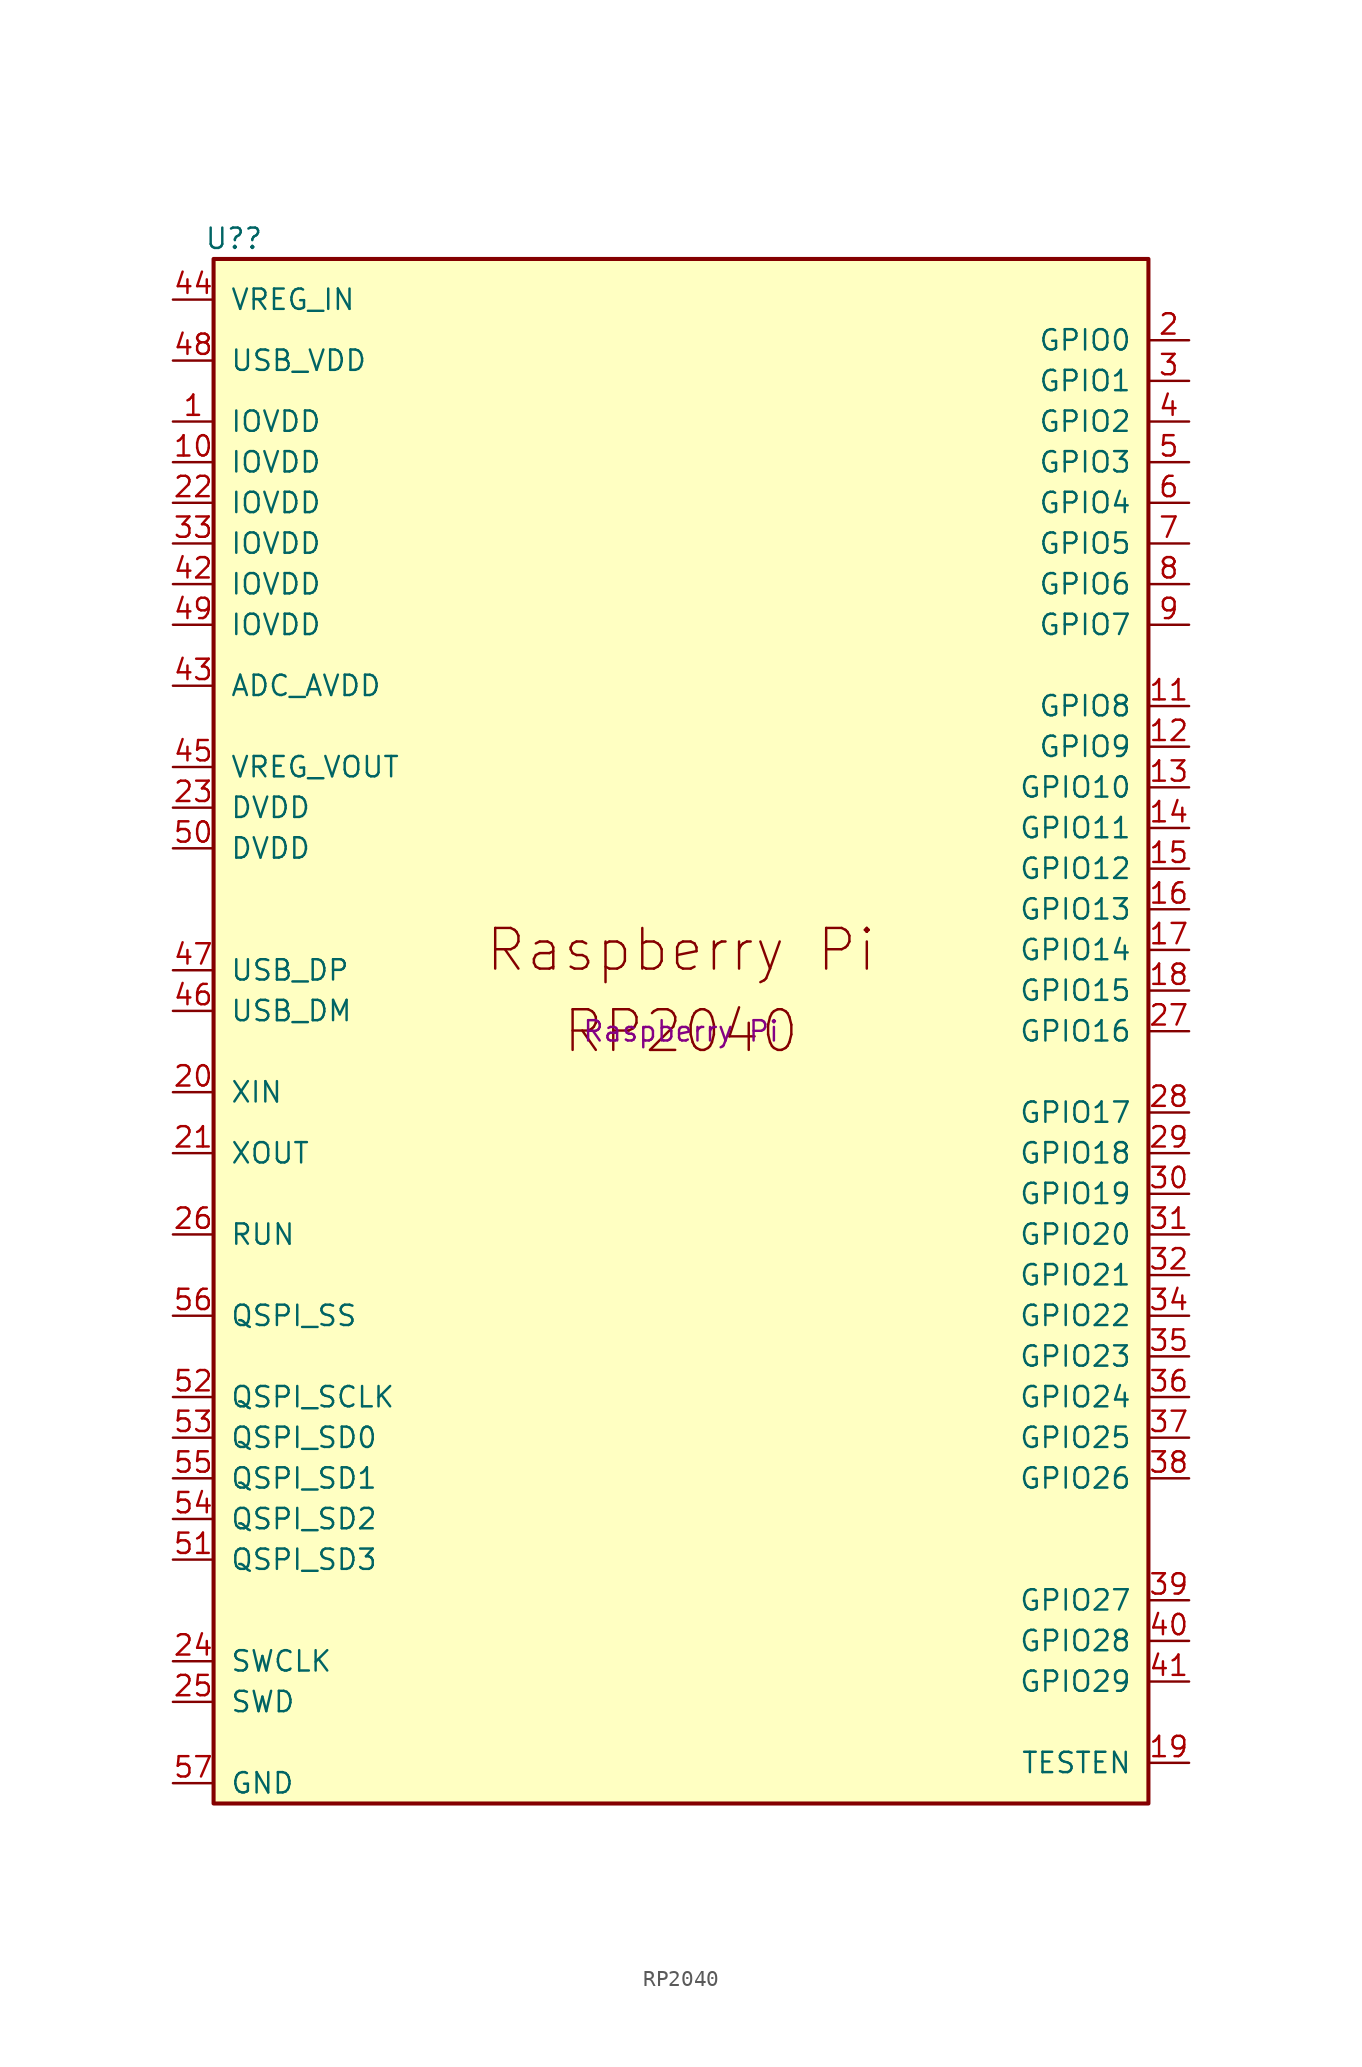
<source format=kicad_sym>
(kicad_symbol_lib
  (version 20220914)
  (generator kicad_symbol_editor)
  (symbol "RP2040"
    (pin_names
      (offset 1.016))
    (property "Reference" "U?"
      (at -27.94 49.53 0)
      (effects (font (size 1.27 1.27))))
    (property "Manufacturer" "Raspberry Pi"
      (at 0 0 0)
      (effects (font (size 1.27 1.27))))
    (symbol "RP2040_0_0"
      (text "Raspberry Pi" (at 0 5.08 0) (effects (font (size 2.54 2.54))))
      (text "RP2040" (at 0 0 0) (effects (font (size 2.54 2.54)))))
    (symbol "RP2040_0_1"
      (rectangle (start -29.21 48.26) (end 29.21 -48.26) (stroke (width 0.254) (type default)) (fill (type background))))
    (symbol "RP2040_1_1"
      (pin power_in line (at -31.75 38.1 0) (length 2.54) (name "IOVDD" (effects (font (size 1.27 1.27)))) (number "1" (effects (font (size 1.27 1.27)))))
      (pin power_in line (at -31.75 35.56 0) (length 2.54) (name "IOVDD" (effects (font (size 1.27 1.27)))) (number "10" (effects (font (size 1.27 1.27)))))
      (pin bidirectional line (at 31.75 20.32 180) (length 2.54) (name "GPIO8" (effects (font (size 1.27 1.27)))) (number "11" (effects (font (size 1.27 1.27)))) (alternate "I2C0 SDA" bidirectional line) (alternate "PWM4 A" output line) (alternate "SPI1 RX" passive line) (alternate "UART1 TX" output line) (alternate "USB VBUS EN" output line))
      (pin bidirectional line (at 31.75 17.78 180) (length 2.54) (name "GPIO9" (effects (font (size 1.27 1.27)))) (number "12" (effects (font (size 1.27 1.27)))) (alternate "I2C0 SCL" output line) (alternate "PWM4 B" output line) (alternate "SPI1 CSn" passive line) (alternate "UART1 RX" input line) (alternate "USB OVCUR DET" input line))
      (pin bidirectional line (at 31.75 15.24 180) (length 2.54) (name "GPIO10" (effects (font (size 1.27 1.27)))) (number "13" (effects (font (size 1.27 1.27)))) (alternate "I2C1 SDA" bidirectional line) (alternate "PWM5 A" output line) (alternate "SPI1 SCK" passive line) (alternate "UART1 CTS" input line) (alternate "USB VBUS DET" input line))
      (pin bidirectional line (at 31.75 12.7 180) (length 2.54) (name "GPIO11" (effects (font (size 1.27 1.27)))) (number "14" (effects (font (size 1.27 1.27)))) (alternate "I2C1 SCL" output line) (alternate "PWM5 B" output line) (alternate "SPI1 TX" passive line) (alternate "UART1 RTS" output line) (alternate "USB VBUS EN" output line))
      (pin bidirectional line (at 31.75 10.16 180) (length 2.54) (name "GPIO12" (effects (font (size 1.27 1.27)))) (number "15" (effects (font (size 1.27 1.27)))) (alternate "I2C0 SDA" bidirectional line) (alternate "PWM6 A" output line) (alternate "SPI1 RX" passive line) (alternate "UART0 TX" output line) (alternate "USB OVCUR DET" input line))
      (pin bidirectional line (at 31.75 7.62 180) (length 2.54) (name "GPIO13" (effects (font (size 1.27 1.27)))) (number "16" (effects (font (size 1.27 1.27)))) (alternate "I2C0 SCL" output line) (alternate "PWM6 B" output line) (alternate "SPI1 CSn" passive line) (alternate "UART0 RX" input line) (alternate "USB VBUS DET" input line))
      (pin bidirectional line (at 31.75 5.08 180) (length 2.54) (name "GPIO14" (effects (font (size 1.27 1.27)))) (number "17" (effects (font (size 1.27 1.27)))) (alternate "I2C1 SDA" bidirectional line) (alternate "PWM7 A" output line) (alternate "SPI1 SCK" passive line) (alternate "UART0 CTS" input line) (alternate "USB VBUS EN" output line))
      (pin bidirectional line (at 31.75 2.54 180) (length 2.54) (name "GPIO15" (effects (font (size 1.27 1.27)))) (number "18" (effects (font (size 1.27 1.27)))) (alternate "I2C1 SCL" output line) (alternate "PWM7 B" output line) (alternate "SPI1 TX" passive line) (alternate "UART0 RTS" output line) (alternate "USB OVCUR DET" input line))
      (pin passive line (at 31.75 -45.72 180) (length 2.54) (name "TESTEN" (effects (font (size 1.27 1.27)))) (number "19" (effects (font (size 1.27 1.27)))))
      (pin bidirectional line (at 31.75 43.18 180) (length 2.54) (name "GPIO0" (effects (font (size 1.27 1.27)))) (number "2" (effects (font (size 1.27 1.27)))) (alternate "I2C0 SDA" bidirectional line) (alternate "PWM0 A" output line) (alternate "SPI0 RX" input line) (alternate "UART0 TX" output line) (alternate "USB OVCUR DET" input line))
      (pin input line (at -31.75 -3.81 0) (length 2.54) (name "XIN" (effects (font (size 1.27 1.27)))) (number "20" (effects (font (size 1.27 1.27)))))
      (pin passive line (at -31.75 -7.62 0) (length 2.54) (name "XOUT" (effects (font (size 1.27 1.27)))) (number "21" (effects (font (size 1.27 1.27)))))
      (pin power_in line (at -31.75 33.02 0) (length 2.54) (name "IOVDD" (effects (font (size 1.27 1.27)))) (number "22" (effects (font (size 1.27 1.27)))))
      (pin power_in line (at -31.75 13.97 0) (length 2.54) (name "DVDD" (effects (font (size 1.27 1.27)))) (number "23" (effects (font (size 1.27 1.27)))))
      (pin output line (at -31.75 -39.37 0) (length 2.54) (name "SWCLK" (effects (font (size 1.27 1.27)))) (number "24" (effects (font (size 1.27 1.27)))))
      (pin bidirectional line (at -31.75 -41.91 0) (length 2.54) (name "SWD" (effects (font (size 1.27 1.27)))) (number "25" (effects (font (size 1.27 1.27)))))
      (pin input line (at -31.75 -12.7 0) (length 2.54) (name "RUN" (effects (font (size 1.27 1.27)))) (number "26" (effects (font (size 1.27 1.27)))))
      (pin bidirectional line (at 31.75 0 180) (length 2.54) (name "GPIO16" (effects (font (size 1.27 1.27)))) (number "27" (effects (font (size 1.27 1.27)))) (alternate "I2C0 SDA" bidirectional line) (alternate "PWM0 A" output line) (alternate "SPI0 RX" passive line) (alternate "UART0 TX" output line) (alternate "USB VBUS DET" input line))
      (pin bidirectional line (at 31.75 -5.08 180) (length 2.54) (name "GPIO17" (effects (font (size 1.27 1.27)))) (number "28" (effects (font (size 1.27 1.27)))) (alternate "I2C0 SCL" output line) (alternate "PWM0 B" output line) (alternate "SPI0 CSn" passive line) (alternate "UART0 RX" input line) (alternate "USB VBUS EN" output line))
      (pin bidirectional line (at 31.75 -7.62 180) (length 2.54) (name "GPIO18" (effects (font (size 1.27 1.27)))) (number "29" (effects (font (size 1.27 1.27)))) (alternate "I2C1 SDA" bidirectional line) (alternate "PWM1 A" output line) (alternate "SPI0 SCK" passive line) (alternate "UART0 CTS" input line) (alternate "USB OVCUR DET" input line))
      (pin bidirectional line (at 31.75 40.64 180) (length 2.54) (name "GPIO1" (effects (font (size 1.27 1.27)))) (number "3" (effects (font (size 1.27 1.27)))) (alternate "I2C0 SCL" passive line) (alternate "PWM0 B" output line) (alternate "SPI0 CSn" passive line) (alternate "UART0 RX" input line) (alternate "USB VBUS DET" input line))
      (pin bidirectional line (at 31.75 -10.16 180) (length 2.54) (name "GPIO19" (effects (font (size 1.27 1.27)))) (number "30" (effects (font (size 1.27 1.27)))) (alternate "I2C1 SCL" output line) (alternate "PWM1 B" output line) (alternate "SPI0 TX" passive line) (alternate "UART0 RTS" output line) (alternate "USB VBUS DET" input line))
      (pin bidirectional line (at 31.75 -12.7 180) (length 2.54) (name "GPIO20" (effects (font (size 1.27 1.27)))) (number "31" (effects (font (size 1.27 1.27)))) (alternate "CLOCK GPIN0" input line) (alternate "I2C0 SDA" bidirectional line) (alternate "PWM2 A" output line) (alternate "SPI0 RX" passive line) (alternate "UART1 TX" output line) (alternate "USB VBUS EN" output line))
      (pin bidirectional line (at 31.75 -15.24 180) (length 2.54) (name "GPIO21" (effects (font (size 1.27 1.27)))) (number "32" (effects (font (size 1.27 1.27)))) (alternate "CLOCK GPOUT0" output line) (alternate "I2C0 SCL" output line) (alternate "PWM2 B" output line) (alternate "SPI0 CSn" passive line) (alternate "UART1 RX" input line) (alternate "USB OVCUR DET" input line))
      (pin power_in line (at -31.75 30.48 0) (length 2.54) (name "IOVDD" (effects (font (size 1.27 1.27)))) (number "33" (effects (font (size 1.27 1.27)))))
      (pin bidirectional line (at 31.75 -17.78 180) (length 2.54) (name "GPIO22" (effects (font (size 1.27 1.27)))) (number "34" (effects (font (size 1.27 1.27)))) (alternate "CLOCK GPIN1" input line) (alternate "I2C1 SDA" bidirectional line) (alternate "PWM3 A" output line) (alternate "SPI0 SCK" passive line) (alternate "UART1 CTS" input line) (alternate "USB VBUS DET" input line))
      (pin bidirectional line (at 31.75 -20.32 180) (length 2.54) (name "GPIO23" (effects (font (size 1.27 1.27)))) (number "35" (effects (font (size 1.27 1.27)))) (alternate "CLOCK GPOUT1" output line) (alternate "I2C1 SCL" output line) (alternate "PWM3 B" output line) (alternate "SPI0 TX" passive line) (alternate "UART1 RTS" output line) (alternate "USB VBUS EN" output line))
      (pin bidirectional line (at 31.75 -22.86 180) (length 2.54) (name "GPIO24" (effects (font (size 1.27 1.27)))) (number "36" (effects (font (size 1.27 1.27)))) (alternate "CLOCK GPOUT2" output line) (alternate "I2C0 SDA" bidirectional line) (alternate "PWM4 A" output line) (alternate "SPI1 RX" passive line) (alternate "UART1 TX" output line) (alternate "USB OVCUR DET" input line))
      (pin bidirectional line (at 31.75 -25.4 180) (length 2.54) (name "GPIO25" (effects (font (size 1.27 1.27)))) (number "37" (effects (font (size 1.27 1.27)))) (alternate "CLOCK GPOUT3" output line) (alternate "I2C0 SCL" output line) (alternate "PWM4 B" output line) (alternate "SPI1 CSn" passive line) (alternate "UART1 RX" input line) (alternate "USB VBUS DET" input line))
      (pin bidirectional line (at 31.75 -27.94 180) (length 2.54) (name "GPIO26" (effects (font (size 1.27 1.27)))) (number "38" (effects (font (size 1.27 1.27)))) (alternate "ADC0" passive line) (alternate "I2C1 SDA" bidirectional line) (alternate "PWM5 A" output line) (alternate "SPI1 SCK" passive line) (alternate "UART1 CTS" input line) (alternate "USB VBUS EN" output line))
      (pin bidirectional line (at 31.75 -35.56 180) (length 2.54) (name "GPIO27" (effects (font (size 1.27 1.27)))) (number "39" (effects (font (size 1.27 1.27)))) (alternate "ADC1" passive line) (alternate "I2C1 SCL" output line) (alternate "PWM5 B" output line) (alternate "SPI1 TX" passive line) (alternate "UART1 RTS" output line) (alternate "USB OVCUR DET" input line))
      (pin bidirectional line (at 31.75 38.1 180) (length 2.54) (name "GPIO2" (effects (font (size 1.27 1.27)))) (number "4" (effects (font (size 1.27 1.27)))) (alternate "I2C1 SDA" bidirectional line) (alternate "PWM1 A" output line) (alternate "SPI0 SCK" passive line) (alternate "UART0 CTS" input line) (alternate "USB VBUS EN" output line))
      (pin bidirectional line (at 31.75 -38.1 180) (length 2.54) (name "GPIO28" (effects (font (size 1.27 1.27)))) (number "40" (effects (font (size 1.27 1.27)))) (alternate "ADC2" passive line) (alternate "I2C0 SDA" bidirectional line) (alternate "PWM6 A" output line) (alternate "SPI1 RX" passive line) (alternate "UART0 TX" output line) (alternate "USB VBUS DET" input line))
      (pin bidirectional line (at 31.75 -40.64 180) (length 2.54) (name "GPIO29" (effects (font (size 1.27 1.27)))) (number "41" (effects (font (size 1.27 1.27)))) (alternate "ADC3" passive line) (alternate "I2C0 SCL" output line) (alternate "PWM6 B" output line) (alternate "SPI1 CSn" passive line) (alternate "UART0 RX" input line) (alternate "USB VBUS EN" output line))
      (pin power_in line (at -31.75 27.94 0) (length 2.54) (name "IOVDD" (effects (font (size 1.27 1.27)))) (number "42" (effects (font (size 1.27 1.27)))))
      (pin power_in line (at -31.75 21.59 0) (length 2.54) (name "ADC_AVDD" (effects (font (size 1.27 1.27)))) (number "43" (effects (font (size 1.27 1.27)))))
      (pin power_in line (at -31.75 45.72 0) (length 2.54) (name "VREG_IN" (effects (font (size 1.27 1.27)))) (number "44" (effects (font (size 1.27 1.27)))))
      (pin power_out line (at -31.75 16.51 0) (length 2.54) (name "VREG_VOUT" (effects (font (size 1.27 1.27)))) (number "45" (effects (font (size 1.27 1.27)))))
      (pin bidirectional line (at -31.75 1.27 0) (length 2.54) (name "USB_DM" (effects (font (size 1.27 1.27)))) (number "46" (effects (font (size 1.27 1.27)))))
      (pin bidirectional line (at -31.75 3.81 0) (length 2.54) (name "USB_DP" (effects (font (size 1.27 1.27)))) (number "47" (effects (font (size 1.27 1.27)))))
      (pin power_in line (at -31.75 41.91 0) (length 2.54) (name "USB_VDD" (effects (font (size 1.27 1.27)))) (number "48" (effects (font (size 1.27 1.27)))))
      (pin power_in line (at -31.75 25.4 0) (length 2.54) (name "IOVDD" (effects (font (size 1.27 1.27)))) (number "49" (effects (font (size 1.27 1.27)))))
      (pin bidirectional line (at 31.75 35.56 180) (length 2.54) (name "GPIO3" (effects (font (size 1.27 1.27)))) (number "5" (effects (font (size 1.27 1.27)))) (alternate "I2C1 SCL" output line) (alternate "PWM1 B" output line) (alternate "SPI0 TX" passive line) (alternate "UART0 RTS" output line) (alternate "USB OVCUR DET" input line))
      (pin power_in line (at -31.75 11.43 0) (length 2.54) (name "DVDD" (effects (font (size 1.27 1.27)))) (number "50" (effects (font (size 1.27 1.27)))))
      (pin bidirectional line (at -31.75 -33.02 0) (length 2.54) (name "QSPI_SD3" (effects (font (size 1.27 1.27)))) (number "51" (effects (font (size 1.27 1.27)))))
      (pin output line (at -31.75 -22.86 0) (length 2.54) (name "QSPI_SCLK" (effects (font (size 1.27 1.27)))) (number "52" (effects (font (size 1.27 1.27)))))
      (pin bidirectional line (at -31.75 -25.4 0) (length 2.54) (name "QSPI_SD0" (effects (font (size 1.27 1.27)))) (number "53" (effects (font (size 1.27 1.27)))))
      (pin bidirectional line (at -31.75 -30.48 0) (length 2.54) (name "QSPI_SD2" (effects (font (size 1.27 1.27)))) (number "54" (effects (font (size 1.27 1.27)))))
      (pin bidirectional line (at -31.75 -27.94 0) (length 2.54) (name "QSPI_SD1" (effects (font (size 1.27 1.27)))) (number "55" (effects (font (size 1.27 1.27)))))
      (pin bidirectional line (at -31.75 -17.78 0) (length 2.54) (name "QSPI_SS" (effects (font (size 1.27 1.27)))) (number "56" (effects (font (size 1.27 1.27)))))
      (pin power_in line (at -31.75 -46.99 0) (length 2.54) (name "GND" (effects (font (size 1.27 1.27)))) (number "57" (effects (font (size 1.27 1.27)))))
      (pin bidirectional line (at 31.75 33.02 180) (length 2.54) (name "GPIO4" (effects (font (size 1.27 1.27)))) (number "6" (effects (font (size 1.27 1.27)))) (alternate "I2C0 SDA" bidirectional line) (alternate "PWM2 A" output line) (alternate "SPI0 RX" passive line) (alternate "UART1 TX" output line) (alternate "USB VBUS DET" input line))
      (pin bidirectional line (at 31.75 30.48 180) (length 2.54) (name "GPIO5" (effects (font (size 1.27 1.27)))) (number "7" (effects (font (size 1.27 1.27)))) (alternate "I2C0 SCL" output line) (alternate "PWM2 B" output line) (alternate "SPI0 CSn" passive line) (alternate "UART1 RX" input line) (alternate "USB VBUS EN" output line))
      (pin bidirectional line (at 31.75 27.94 180) (length 2.54) (name "GPIO6" (effects (font (size 1.27 1.27)))) (number "8" (effects (font (size 1.27 1.27)))) (alternate "I2C1 SDA" bidirectional line) (alternate "PWM3 A" output line) (alternate "SPI0 SCK" passive line) (alternate "UART1 CTS" input line) (alternate "USB OVCUR DET" input line))
      (pin bidirectional line (at 31.75 25.4 180) (length 2.54) (name "GPIO7" (effects (font (size 1.27 1.27)))) (number "9" (effects (font (size 1.27 1.27)))) (alternate "I2C1 SCL" output line) (alternate "PWM3 B" output line) (alternate "SPI0 TX" passive line) (alternate "UART1 RTS" output line) (alternate "USB VBUS DET" input line)))))
</source>
